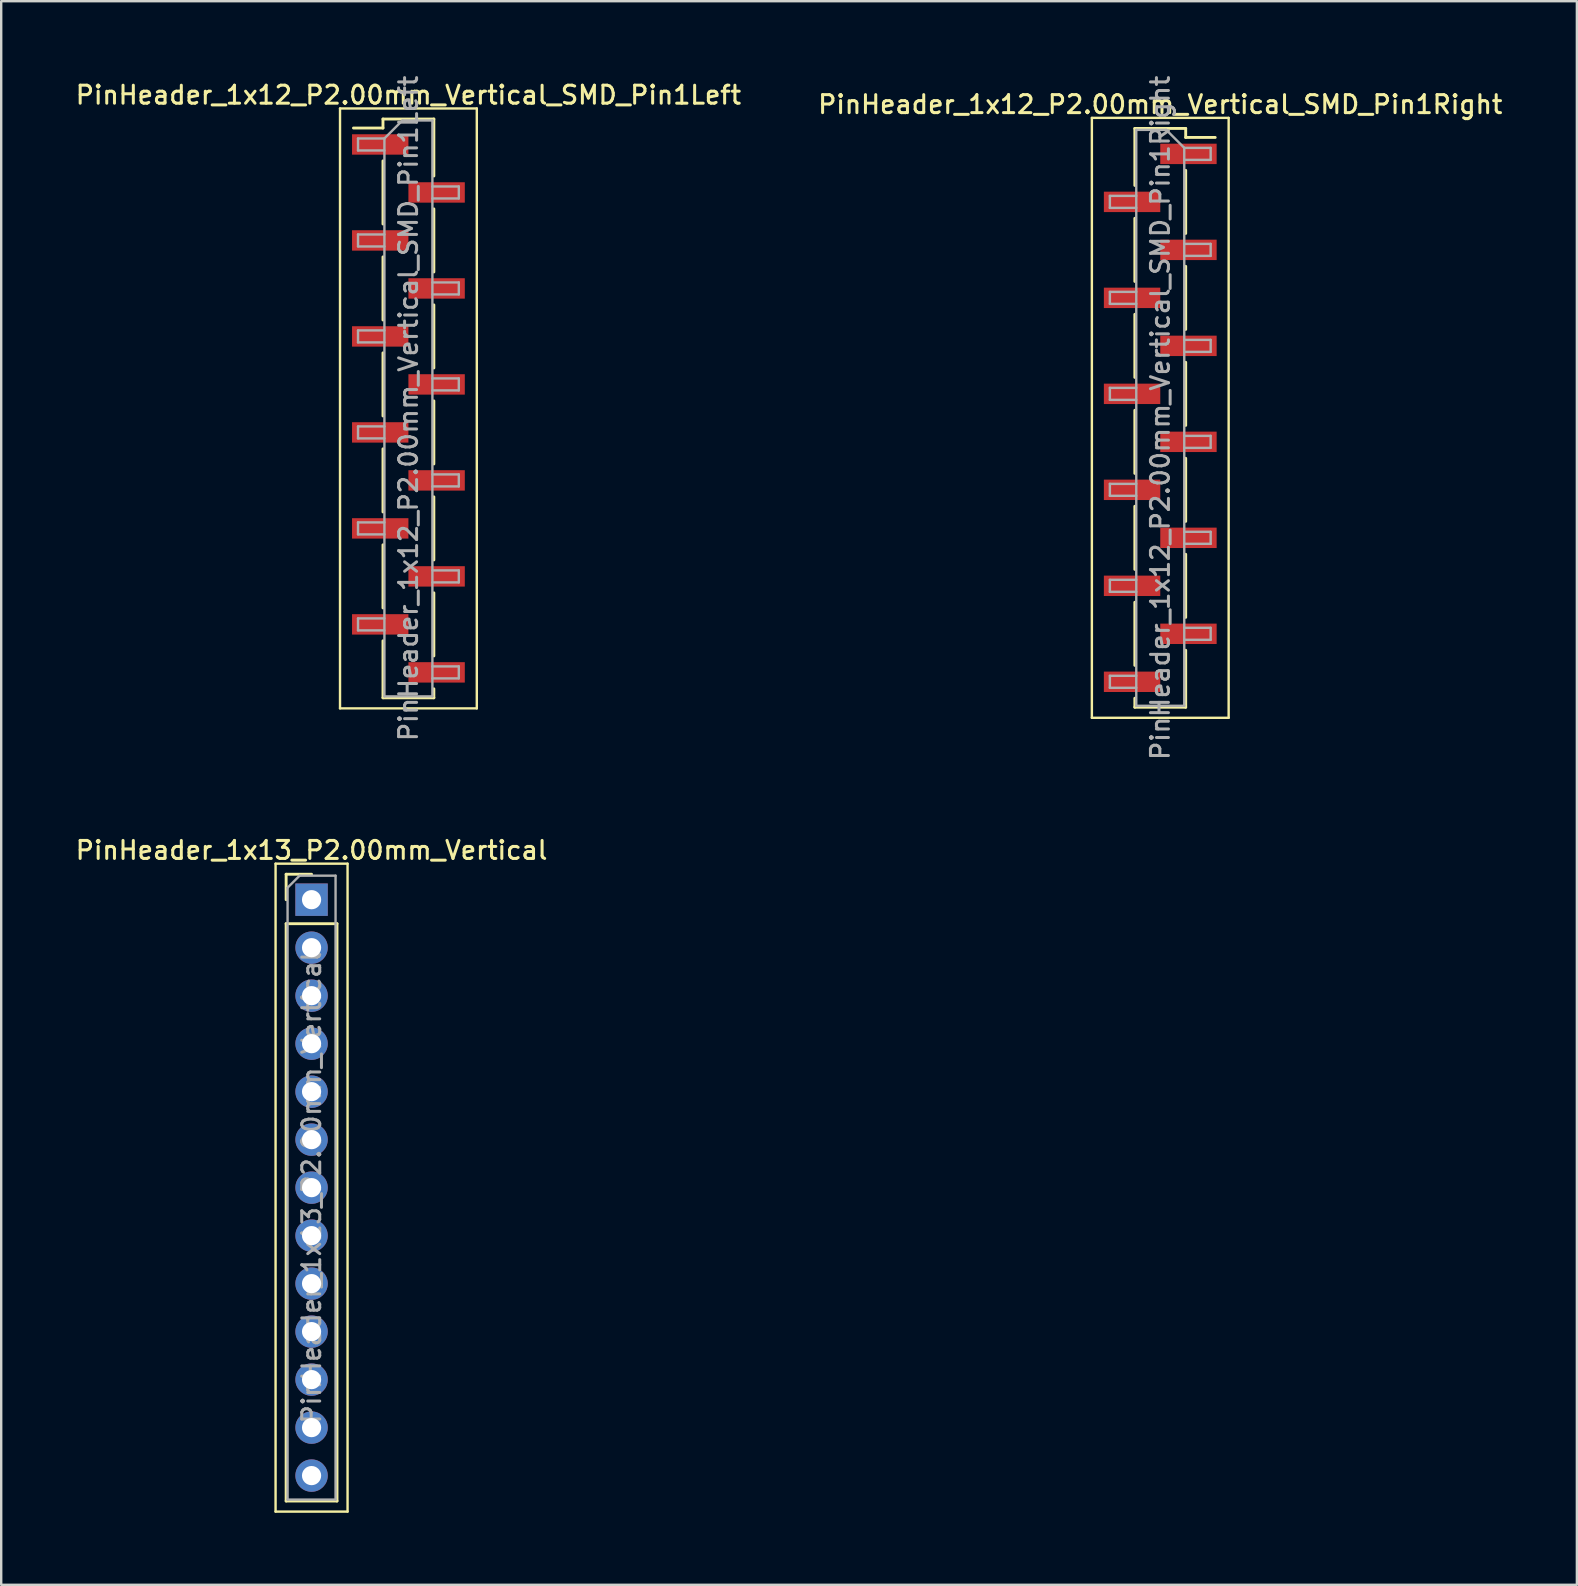
<source format=kicad_pcb>
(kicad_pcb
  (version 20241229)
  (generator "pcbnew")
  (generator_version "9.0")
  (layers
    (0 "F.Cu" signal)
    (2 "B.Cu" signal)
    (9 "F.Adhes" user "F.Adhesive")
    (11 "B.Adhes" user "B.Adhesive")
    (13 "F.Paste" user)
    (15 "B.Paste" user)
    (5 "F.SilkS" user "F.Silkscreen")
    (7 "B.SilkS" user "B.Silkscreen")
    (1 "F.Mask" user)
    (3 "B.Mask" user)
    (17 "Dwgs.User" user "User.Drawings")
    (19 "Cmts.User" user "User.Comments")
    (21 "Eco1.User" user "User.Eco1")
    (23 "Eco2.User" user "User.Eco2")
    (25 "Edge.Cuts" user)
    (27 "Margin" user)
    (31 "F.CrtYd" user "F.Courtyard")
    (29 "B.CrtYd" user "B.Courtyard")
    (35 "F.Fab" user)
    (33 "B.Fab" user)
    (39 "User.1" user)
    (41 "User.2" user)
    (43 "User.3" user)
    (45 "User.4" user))
  (footprint "PinHeader_1x12_P2.00mm_Vertical_SMD_Pin1Left"
    (layer "F.Cu")
    (at 13.97 13.97)
    (property "Reference" "PinHeader_1x12_P2.00mm_Vertical_SMD_Pin1Left" (at 0 -13.06 0) (layer "F.SilkS") (effects (font (size 0.75 0.75) (thickness 0.125))))
    (attr smd)
    (fp_line (start -2.85 -12.5) (end -2.85 12.5) (stroke (width 0.1) (type solid)) (layer "F.SilkS"))
    (fp_line (start -2.85 12.5) (end 2.85 12.5) (stroke (width 0.1) (type solid)) (layer "F.SilkS"))
    (fp_line (start -1.06 -12.06) (end -1.06 -11.685) (stroke (width 0.12) (type solid)) (layer "F.SilkS"))
    (fp_line (start -1.06 -12.06) (end 1.06 -12.06) (stroke (width 0.12) (type solid)) (layer "F.SilkS"))
    (fp_line (start -1.06 -11.685) (end -2.29 -11.685) (stroke (width 0.12) (type solid)) (layer "F.SilkS"))
    (fp_line (start -1.06 -10.315) (end -1.06 -7.685) (stroke (width 0.12) (type solid)) (layer "F.SilkS"))
    (fp_line (start -1.06 -6.315) (end -1.06 -3.685) (stroke (width 0.12) (type solid)) (layer "F.SilkS"))
    (fp_line (start -1.06 -2.315) (end -1.06 0.315) (stroke (width 0.12) (type solid)) (layer "F.SilkS"))
    (fp_line (start -1.06 1.685) (end -1.06 4.315) (stroke (width 0.12) (type solid)) (layer "F.SilkS"))
    (fp_line (start -1.06 5.685) (end -1.06 8.315) (stroke (width 0.12) (type solid)) (layer "F.SilkS"))
    (fp_line (start -1.06 9.685) (end -1.06 12.06) (stroke (width 0.12) (type solid)) (layer "F.SilkS"))
    (fp_line (start -1.06 12.06) (end 1.06 12.06) (stroke (width 0.12) (type solid)) (layer "F.SilkS"))
    (fp_line (start 1.06 -12.06) (end 1.06 -9.685) (stroke (width 0.12) (type solid)) (layer "F.SilkS"))
    (fp_line (start 1.06 -8.315) (end 1.06 -5.685) (stroke (width 0.12) (type solid)) (layer "F.SilkS"))
    (fp_line (start 1.06 -4.315) (end 1.06 -1.685) (stroke (width 0.12) (type solid)) (layer "F.SilkS"))
    (fp_line (start 1.06 -0.315) (end 1.06 2.315) (stroke (width 0.12) (type solid)) (layer "F.SilkS"))
    (fp_line (start 1.06 3.685) (end 1.06 6.315) (stroke (width 0.12) (type solid)) (layer "F.SilkS"))
    (fp_line (start 1.06 7.685) (end 1.06 10.315) (stroke (width 0.12) (type solid)) (layer "F.SilkS"))
    (fp_line (start 1.06 11.685) (end 1.06 12.06) (stroke (width 0.12) (type solid)) (layer "F.SilkS"))
    (fp_line (start 2.85 -12.5) (end -2.85 -12.5) (stroke (width 0.1) (type solid)) (layer "F.SilkS"))
    (fp_line (start 2.85 12.5) (end 2.85 -12.5) (stroke (width 0.1) (type solid)) (layer "F.SilkS"))
    (fp_line (start -2.1 -11.25) (end -2.1 -10.75) (stroke (width 0.1) (type solid)) (layer "F.Fab"))
    (fp_line (start -2.1 -10.75) (end -1 -10.75) (stroke (width 0.1) (type solid)) (layer "F.Fab"))
    (fp_line (start -2.1 -7.25) (end -2.1 -6.75) (stroke (width 0.1) (type solid)) (layer "F.Fab"))
    (fp_line (start -2.1 -6.75) (end -1 -6.75) (stroke (width 0.1) (type solid)) (layer "F.Fab"))
    (fp_line (start -2.1 -3.25) (end -2.1 -2.75) (stroke (width 0.1) (type solid)) (layer "F.Fab"))
    (fp_line (start -2.1 -2.75) (end -1 -2.75) (stroke (width 0.1) (type solid)) (layer "F.Fab"))
    (fp_line (start -2.1 0.75) (end -2.1 1.25) (stroke (width 0.1) (type solid)) (layer "F.Fab"))
    (fp_line (start -2.1 1.25) (end -1 1.25) (stroke (width 0.1) (type solid)) (layer "F.Fab"))
    (fp_line (start -2.1 4.75) (end -2.1 5.25) (stroke (width 0.1) (type solid)) (layer "F.Fab"))
    (fp_line (start -2.1 5.25) (end -1 5.25) (stroke (width 0.1) (type solid)) (layer "F.Fab"))
    (fp_line (start -2.1 8.75) (end -2.1 9.25) (stroke (width 0.1) (type solid)) (layer "F.Fab"))
    (fp_line (start -2.1 9.25) (end -1 9.25) (stroke (width 0.1) (type solid)) (layer "F.Fab"))
    (fp_line (start -1 -11.25) (end -2.1 -11.25) (stroke (width 0.1) (type solid)) (layer "F.Fab"))
    (fp_line (start -1 -11.25) (end -0.25 -12) (stroke (width 0.1) (type solid)) (layer "F.Fab"))
    (fp_line (start -1 -7.25) (end -2.1 -7.25) (stroke (width 0.1) (type solid)) (layer "F.Fab"))
    (fp_line (start -1 -3.25) (end -2.1 -3.25) (stroke (width 0.1) (type solid)) (layer "F.Fab"))
    (fp_line (start -1 0.75) (end -2.1 0.75) (stroke (width 0.1) (type solid)) (layer "F.Fab"))
    (fp_line (start -1 4.75) (end -2.1 4.75) (stroke (width 0.1) (type solid)) (layer "F.Fab"))
    (fp_line (start -1 8.75) (end -2.1 8.75) (stroke (width 0.1) (type solid)) (layer "F.Fab"))
    (fp_line (start -1 12) (end -1 -11.25) (stroke (width 0.1) (type solid)) (layer "F.Fab"))
    (fp_line (start -0.25 -12) (end 1 -12) (stroke (width 0.1) (type solid)) (layer "F.Fab"))
    (fp_line (start 1 -12) (end 1 12) (stroke (width 0.1) (type solid)) (layer "F.Fab"))
    (fp_line (start 1 -9.25) (end 2.1 -9.25) (stroke (width 0.1) (type solid)) (layer "F.Fab"))
    (fp_line (start 1 -5.25) (end 2.1 -5.25) (stroke (width 0.1) (type solid)) (layer "F.Fab"))
    (fp_line (start 1 -1.25) (end 2.1 -1.25) (stroke (width 0.1) (type solid)) (layer "F.Fab"))
    (fp_line (start 1 2.75) (end 2.1 2.75) (stroke (width 0.1) (type solid)) (layer "F.Fab"))
    (fp_line (start 1 6.75) (end 2.1 6.75) (stroke (width 0.1) (type solid)) (layer "F.Fab"))
    (fp_line (start 1 10.75) (end 2.1 10.75) (stroke (width 0.1) (type solid)) (layer "F.Fab"))
    (fp_line (start 1 12) (end -1 12) (stroke (width 0.1) (type solid)) (layer "F.Fab"))
    (fp_line (start 2.1 -9.25) (end 2.1 -8.75) (stroke (width 0.1) (type solid)) (layer "F.Fab"))
    (fp_line (start 2.1 -8.75) (end 1 -8.75) (stroke (width 0.1) (type solid)) (layer "F.Fab"))
    (fp_line (start 2.1 -5.25) (end 2.1 -4.75) (stroke (width 0.1) (type solid)) (layer "F.Fab"))
    (fp_line (start 2.1 -4.75) (end 1 -4.75) (stroke (width 0.1) (type solid)) (layer "F.Fab"))
    (fp_line (start 2.1 -1.25) (end 2.1 -0.75) (stroke (width 0.1) (type solid)) (layer "F.Fab"))
    (fp_line (start 2.1 -0.75) (end 1 -0.75) (stroke (width 0.1) (type solid)) (layer "F.Fab"))
    (fp_line (start 2.1 2.75) (end 2.1 3.25) (stroke (width 0.1) (type solid)) (layer "F.Fab"))
    (fp_line (start 2.1 3.25) (end 1 3.25) (stroke (width 0.1) (type solid)) (layer "F.Fab"))
    (fp_line (start 2.1 6.75) (end 2.1 7.25) (stroke (width 0.1) (type solid)) (layer "F.Fab"))
    (fp_line (start 2.1 7.25) (end 1 7.25) (stroke (width 0.1) (type solid)) (layer "F.Fab"))
    (fp_line (start 2.1 10.75) (end 2.1 11.25) (stroke (width 0.1) (type solid)) (layer "F.Fab"))
    (fp_line (start 2.1 11.25) (end 1 11.25) (stroke (width 0.1) (type solid)) (layer "F.Fab"))
    (fp_text user "${REFERENCE}" (at 0 0 90) (layer "F.Fab") (effects (font (size 0.75 0.75) (thickness 0.125))))
    (pad "1" smd rect (at -1.175 -11) (size 2.35 0.85) (layers "F.Cu" "F.Mask" "F.Paste"))
    (pad "2" smd rect (at 1.175 -9) (size 2.35 0.85) (layers "F.Cu" "F.Mask" "F.Paste"))
    (pad "3" smd rect (at -1.175 -7) (size 2.35 0.85) (layers "F.Cu" "F.Mask" "F.Paste"))
    (pad "4" smd rect (at 1.175 -5) (size 2.35 0.85) (layers "F.Cu" "F.Mask" "F.Paste"))
    (pad "5" smd rect (at -1.175 -3) (size 2.35 0.85) (layers "F.Cu" "F.Mask" "F.Paste"))
    (pad "6" smd rect (at 1.175 -1) (size 2.35 0.85) (layers "F.Cu" "F.Mask" "F.Paste"))
    (pad "7" smd rect (at -1.175 1) (size 2.35 0.85) (layers "F.Cu" "F.Mask" "F.Paste"))
    (pad "8" smd rect (at 1.175 3) (size 2.35 0.85) (layers "F.Cu" "F.Mask" "F.Paste"))
    (pad "9" smd rect (at -1.175 5) (size 2.35 0.85) (layers "F.Cu" "F.Mask" "F.Paste"))
    (pad "10" smd rect (at 1.175 7) (size 2.35 0.85) (layers "F.Cu" "F.Mask" "F.Paste"))
    (pad "11" smd rect (at -1.175 9) (size 2.35 0.85) (layers "F.Cu" "F.Mask" "F.Paste"))
    (pad "12" smd rect (at 1.175 11) (size 2.35 0.85) (layers "F.Cu" "F.Mask" "F.Paste")))
  (footprint "PinHeader_1x12_P2.00mm_Vertical_SMD_Pin1Right"
    (layer "F.Cu")
    (at 45.302 14.363)
    (property "Reference" "PinHeader_1x12_P2.00mm_Vertical_SMD_Pin1Right" (at 0 -13.06 0) (layer "F.SilkS") (effects (font (size 0.75 0.75) (thickness 0.125))))
    (attr smd)
    (fp_line (start -2.85 -12.5) (end -2.85 12.5) (stroke (width 0.1) (type solid)) (layer "F.SilkS"))
    (fp_line (start -2.85 12.5) (end 2.85 12.5) (stroke (width 0.1) (type solid)) (layer "F.SilkS"))
    (fp_line (start -1.06 -12.06) (end -1.06 -9.685) (stroke (width 0.12) (type solid)) (layer "F.SilkS"))
    (fp_line (start -1.06 -12.06) (end 1.06 -12.06) (stroke (width 0.12) (type solid)) (layer "F.SilkS"))
    (fp_line (start -1.06 -8.315) (end -1.06 -5.685) (stroke (width 0.12) (type solid)) (layer "F.SilkS"))
    (fp_line (start -1.06 -4.315) (end -1.06 -1.685) (stroke (width 0.12) (type solid)) (layer "F.SilkS"))
    (fp_line (start -1.06 -0.315) (end -1.06 2.315) (stroke (width 0.12) (type solid)) (layer "F.SilkS"))
    (fp_line (start -1.06 3.685) (end -1.06 6.315) (stroke (width 0.12) (type solid)) (layer "F.SilkS"))
    (fp_line (start -1.06 7.685) (end -1.06 10.315) (stroke (width 0.12) (type solid)) (layer "F.SilkS"))
    (fp_line (start -1.06 11.685) (end -1.06 12.06) (stroke (width 0.12) (type solid)) (layer "F.SilkS"))
    (fp_line (start -1.06 12.06) (end 1.06 12.06) (stroke (width 0.12) (type solid)) (layer "F.SilkS"))
    (fp_line (start 1.06 -12.06) (end 1.06 -11.685) (stroke (width 0.12) (type solid)) (layer "F.SilkS"))
    (fp_line (start 1.06 -11.685) (end 2.29 -11.685) (stroke (width 0.12) (type solid)) (layer "F.SilkS"))
    (fp_line (start 1.06 -10.315) (end 1.06 -7.685) (stroke (width 0.12) (type solid)) (layer "F.SilkS"))
    (fp_line (start 1.06 -6.315) (end 1.06 -3.685) (stroke (width 0.12) (type solid)) (layer "F.SilkS"))
    (fp_line (start 1.06 -2.315) (end 1.06 0.315) (stroke (width 0.12) (type solid)) (layer "F.SilkS"))
    (fp_line (start 1.06 1.685) (end 1.06 4.315) (stroke (width 0.12) (type solid)) (layer "F.SilkS"))
    (fp_line (start 1.06 5.685) (end 1.06 8.315) (stroke (width 0.12) (type solid)) (layer "F.SilkS"))
    (fp_line (start 1.06 9.685) (end 1.06 12.06) (stroke (width 0.12) (type solid)) (layer "F.SilkS"))
    (fp_line (start 2.85 -12.5) (end -2.85 -12.5) (stroke (width 0.1) (type solid)) (layer "F.SilkS"))
    (fp_line (start 2.85 12.5) (end 2.85 -12.5) (stroke (width 0.1) (type solid)) (layer "F.SilkS"))
    (fp_line (start -2.1 -9.25) (end -2.1 -8.75) (stroke (width 0.1) (type solid)) (layer "F.Fab"))
    (fp_line (start -2.1 -8.75) (end -1 -8.75) (stroke (width 0.1) (type solid)) (layer "F.Fab"))
    (fp_line (start -2.1 -5.25) (end -2.1 -4.75) (stroke (width 0.1) (type solid)) (layer "F.Fab"))
    (fp_line (start -2.1 -4.75) (end -1 -4.75) (stroke (width 0.1) (type solid)) (layer "F.Fab"))
    (fp_line (start -2.1 -1.25) (end -2.1 -0.75) (stroke (width 0.1) (type solid)) (layer "F.Fab"))
    (fp_line (start -2.1 -0.75) (end -1 -0.75) (stroke (width 0.1) (type solid)) (layer "F.Fab"))
    (fp_line (start -2.1 2.75) (end -2.1 3.25) (stroke (width 0.1) (type solid)) (layer "F.Fab"))
    (fp_line (start -2.1 3.25) (end -1 3.25) (stroke (width 0.1) (type solid)) (layer "F.Fab"))
    (fp_line (start -2.1 6.75) (end -2.1 7.25) (stroke (width 0.1) (type solid)) (layer "F.Fab"))
    (fp_line (start -2.1 7.25) (end -1 7.25) (stroke (width 0.1) (type solid)) (layer "F.Fab"))
    (fp_line (start -2.1 10.75) (end -2.1 11.25) (stroke (width 0.1) (type solid)) (layer "F.Fab"))
    (fp_line (start -2.1 11.25) (end -1 11.25) (stroke (width 0.1) (type solid)) (layer "F.Fab"))
    (fp_line (start -1 -12) (end -1 12) (stroke (width 0.1) (type solid)) (layer "F.Fab"))
    (fp_line (start -1 -12) (end 0.25 -12) (stroke (width 0.1) (type solid)) (layer "F.Fab"))
    (fp_line (start -1 -9.25) (end -2.1 -9.25) (stroke (width 0.1) (type solid)) (layer "F.Fab"))
    (fp_line (start -1 -5.25) (end -2.1 -5.25) (stroke (width 0.1) (type solid)) (layer "F.Fab"))
    (fp_line (start -1 -1.25) (end -2.1 -1.25) (stroke (width 0.1) (type solid)) (layer "F.Fab"))
    (fp_line (start -1 2.75) (end -2.1 2.75) (stroke (width 0.1) (type solid)) (layer "F.Fab"))
    (fp_line (start -1 6.75) (end -2.1 6.75) (stroke (width 0.1) (type solid)) (layer "F.Fab"))
    (fp_line (start -1 10.75) (end -2.1 10.75) (stroke (width 0.1) (type solid)) (layer "F.Fab"))
    (fp_line (start 1 -11.25) (end 0.25 -12) (stroke (width 0.1) (type solid)) (layer "F.Fab"))
    (fp_line (start 1 -11.25) (end 2.1 -11.25) (stroke (width 0.1) (type solid)) (layer "F.Fab"))
    (fp_line (start 1 -7.25) (end 2.1 -7.25) (stroke (width 0.1) (type solid)) (layer "F.Fab"))
    (fp_line (start 1 -3.25) (end 2.1 -3.25) (stroke (width 0.1) (type solid)) (layer "F.Fab"))
    (fp_line (start 1 0.75) (end 2.1 0.75) (stroke (width 0.1) (type solid)) (layer "F.Fab"))
    (fp_line (start 1 4.75) (end 2.1 4.75) (stroke (width 0.1) (type solid)) (layer "F.Fab"))
    (fp_line (start 1 8.75) (end 2.1 8.75) (stroke (width 0.1) (type solid)) (layer "F.Fab"))
    (fp_line (start 1 12) (end -1 12) (stroke (width 0.1) (type solid)) (layer "F.Fab"))
    (fp_line (start 1 12) (end 1 -11.25) (stroke (width 0.1) (type solid)) (layer "F.Fab"))
    (fp_line (start 2.1 -11.25) (end 2.1 -10.75) (stroke (width 0.1) (type solid)) (layer "F.Fab"))
    (fp_line (start 2.1 -10.75) (end 1 -10.75) (stroke (width 0.1) (type solid)) (layer "F.Fab"))
    (fp_line (start 2.1 -7.25) (end 2.1 -6.75) (stroke (width 0.1) (type solid)) (layer "F.Fab"))
    (fp_line (start 2.1 -6.75) (end 1 -6.75) (stroke (width 0.1) (type solid)) (layer "F.Fab"))
    (fp_line (start 2.1 -3.25) (end 2.1 -2.75) (stroke (width 0.1) (type solid)) (layer "F.Fab"))
    (fp_line (start 2.1 -2.75) (end 1 -2.75) (stroke (width 0.1) (type solid)) (layer "F.Fab"))
    (fp_line (start 2.1 0.75) (end 2.1 1.25) (stroke (width 0.1) (type solid)) (layer "F.Fab"))
    (fp_line (start 2.1 1.25) (end 1 1.25) (stroke (width 0.1) (type solid)) (layer "F.Fab"))
    (fp_line (start 2.1 4.75) (end 2.1 5.25) (stroke (width 0.1) (type solid)) (layer "F.Fab"))
    (fp_line (start 2.1 5.25) (end 1 5.25) (stroke (width 0.1) (type solid)) (layer "F.Fab"))
    (fp_line (start 2.1 8.75) (end 2.1 9.25) (stroke (width 0.1) (type solid)) (layer "F.Fab"))
    (fp_line (start 2.1 9.25) (end 1 9.25) (stroke (width 0.1) (type solid)) (layer "F.Fab"))
    (fp_text user "${REFERENCE}" (at 0 0 90) (layer "F.Fab") (effects (font (size 0.75 0.75) (thickness 0.125))))
    (pad "1" smd rect (at 1.175 -11) (size 2.35 0.85) (layers "F.Cu" "F.Mask" "F.Paste"))
    (pad "2" smd rect (at -1.175 -9) (size 2.35 0.85) (layers "F.Cu" "F.Mask" "F.Paste"))
    (pad "3" smd rect (at 1.175 -7) (size 2.35 0.85) (layers "F.Cu" "F.Mask" "F.Paste"))
    (pad "4" smd rect (at -1.175 -5) (size 2.35 0.85) (layers "F.Cu" "F.Mask" "F.Paste"))
    (pad "5" smd rect (at 1.175 -3) (size 2.35 0.85) (layers "F.Cu" "F.Mask" "F.Paste"))
    (pad "6" smd rect (at -1.175 -1) (size 2.35 0.85) (layers "F.Cu" "F.Mask" "F.Paste"))
    (pad "7" smd rect (at 1.175 1) (size 2.35 0.85) (layers "F.Cu" "F.Mask" "F.Paste"))
    (pad "8" smd rect (at -1.175 3) (size 2.35 0.85) (layers "F.Cu" "F.Mask" "F.Paste"))
    (pad "9" smd rect (at 1.175 5) (size 2.35 0.85) (layers "F.Cu" "F.Mask" "F.Paste"))
    (pad "10" smd rect (at -1.175 7) (size 2.35 0.85) (layers "F.Cu" "F.Mask" "F.Paste"))
    (pad "11" smd rect (at 1.175 9) (size 2.35 0.85) (layers "F.Cu" "F.Mask" "F.Paste"))
    (pad "12" smd rect (at -1.175 11) (size 2.35 0.85) (layers "F.Cu" "F.Mask" "F.Paste")))
  (footprint "PinHeader_1x13_P2.00mm_Vertical"
    (layer "F.Cu")
    (at 9.934 34.443)
    (property "Reference" "PinHeader_1x13_P2.00mm_Vertical" (at 0 -2.06 0) (layer "F.SilkS") (effects (font (size 0.75 0.75) (thickness 0.125))))
    (attr through_hole)
    (fp_line (start -1.5 -1.5) (end -1.5 25.5) (stroke (width 0.1) (type solid)) (layer "F.SilkS"))
    (fp_line (start -1.5 25.5) (end 1.5 25.5) (stroke (width 0.1) (type solid)) (layer "F.SilkS"))
    (fp_line (start -1.06 -1.06) (end 0 -1.06) (stroke (width 0.12) (type solid)) (layer "F.SilkS"))
    (fp_line (start -1.06 0) (end -1.06 -1.06) (stroke (width 0.12) (type solid)) (layer "F.SilkS"))
    (fp_line (start -1.06 1) (end -1.06 25.06) (stroke (width 0.12) (type solid)) (layer "F.SilkS"))
    (fp_line (start -1.06 1) (end 1.06 1) (stroke (width 0.12) (type solid)) (layer "F.SilkS"))
    (fp_line (start -1.06 25.06) (end 1.06 25.06) (stroke (width 0.12) (type solid)) (layer "F.SilkS"))
    (fp_line (start 1.06 1) (end 1.06 25.06) (stroke (width 0.12) (type solid)) (layer "F.SilkS"))
    (fp_line (start 1.5 -1.5) (end -1.5 -1.5) (stroke (width 0.1) (type solid)) (layer "F.SilkS"))
    (fp_line (start 1.5 25.5) (end 1.5 -1.5) (stroke (width 0.1) (type solid)) (layer "F.SilkS"))
    (fp_line (start -1 -0.5) (end -0.5 -1) (stroke (width 0.1) (type solid)) (layer "F.Fab"))
    (fp_line (start -1 25) (end -1 -0.5) (stroke (width 0.1) (type solid)) (layer "F.Fab"))
    (fp_line (start -0.5 -1) (end 1 -1) (stroke (width 0.1) (type solid)) (layer "F.Fab"))
    (fp_line (start 1 -1) (end 1 25) (stroke (width 0.1) (type solid)) (layer "F.Fab"))
    (fp_line (start 1 25) (end -1 25) (stroke (width 0.1) (type solid)) (layer "F.Fab"))
    (fp_text user "${REFERENCE}" (at 0 12 90) (layer "F.Fab") (effects (font (size 0.75 0.75) (thickness 0.125))))
    (pad "1" thru_hole rect (at 0 0) (size 1.35 1.35) (drill 0.8) (layers "*.Cu" "*.Mask"))
    (pad "2" thru_hole oval (at 0 2) (size 1.35 1.35) (drill 0.8) (layers "*.Cu" "*.Mask"))
    (pad "3" thru_hole oval (at 0 4) (size 1.35 1.35) (drill 0.8) (layers "*.Cu" "*.Mask"))
    (pad "4" thru_hole oval (at 0 6) (size 1.35 1.35) (drill 0.8) (layers "*.Cu" "*.Mask"))
    (pad "5" thru_hole oval (at 0 8) (size 1.35 1.35) (drill 0.8) (layers "*.Cu" "*.Mask"))
    (pad "6" thru_hole oval (at 0 10) (size 1.35 1.35) (drill 0.8) (layers "*.Cu" "*.Mask"))
    (pad "7" thru_hole oval (at 0 12) (size 1.35 1.35) (drill 0.8) (layers "*.Cu" "*.Mask"))
    (pad "8" thru_hole oval (at 0 14) (size 1.35 1.35) (drill 0.8) (layers "*.Cu" "*.Mask"))
    (pad "9" thru_hole oval (at 0 16) (size 1.35 1.35) (drill 0.8) (layers "*.Cu" "*.Mask"))
    (pad "10" thru_hole oval (at 0 18) (size 1.35 1.35) (drill 0.8) (layers "*.Cu" "*.Mask"))
    (pad "11" thru_hole oval (at 0 20) (size 1.35 1.35) (drill 0.8) (layers "*.Cu" "*.Mask"))
    (pad "12" thru_hole oval (at 0 22) (size 1.35 1.35) (drill 0.8) (layers "*.Cu" "*.Mask"))
    (pad "13" thru_hole oval (at 0 24) (size 1.35 1.35) (drill 0.8) (layers "*.Cu" "*.Mask")))
  (gr_rect
    (start -3 -3)
    (end 62.664 62.993)
    (stroke (width 0.1) (type default))
    (fill no)
    (layer "Edge.Cuts")))
</source>
